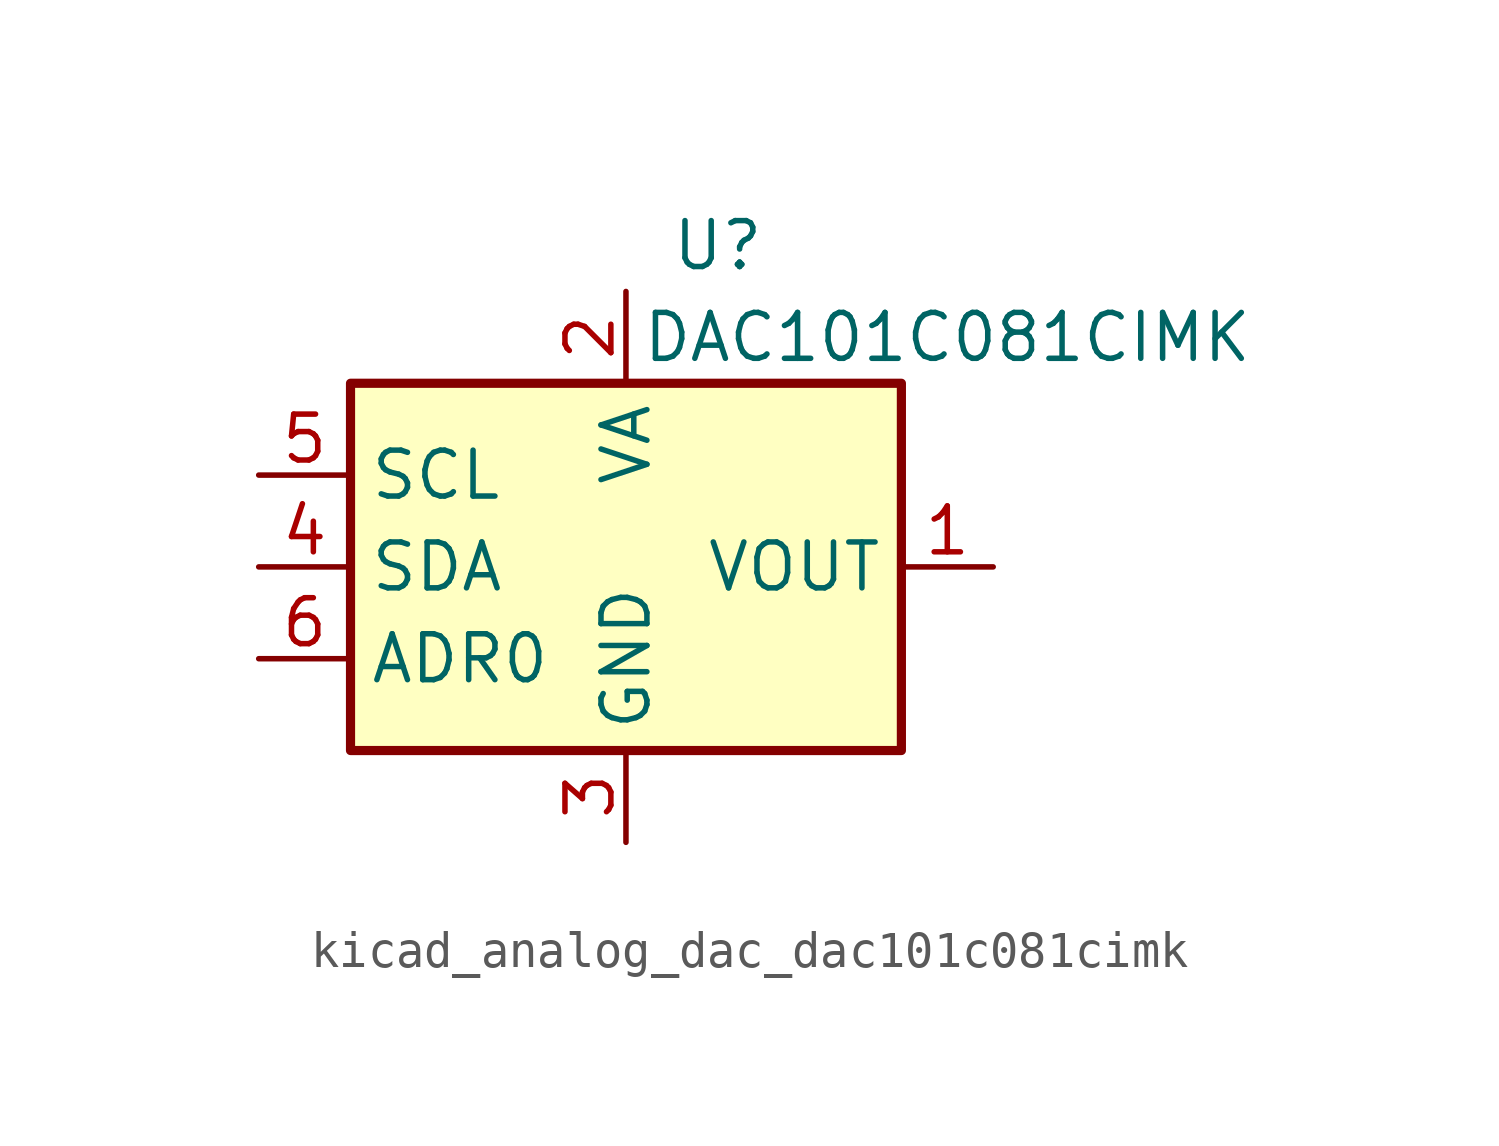
<source format=kicad_sym>
(kicad_symbol_lib
  (version 20220914)
  (generator kicad_symbol_editor)
  (symbol "kicad_analog_dac_dac101c081cimk"
    (property "Reference" "U"
      (at 2.54 8.89 0)
      (effects (font (size 1.27 1.27))))
    (property "Value" "DAC101C081CIMK"
      (at 8.89 6.35 0)
      (effects (font (size 1.27 1.27))))
    (symbol "kicad_analog_dac_dac101c081cimk_0_1"
      (rectangle (start -7.62 -5.08) (end 7.62 5.08) (stroke (width 0.254) (type default)) (fill (type background))))
    (symbol "kicad_analog_dac_dac101c081cimk_1_1"
      (pin output line (at 10.16 0 180) (length 2.54) (name "VOUT" (effects (font (size 1.27 1.27)))) (number "1" (effects (font (size 1.27 1.27)))))
      (pin power_in line (at 0 7.62 270) (length 2.54) (name "VA" (effects (font (size 1.27 1.27)))) (number "2" (effects (font (size 1.27 1.27)))))
      (pin power_in line (at 0 -7.62 90) (length 2.54) (name "GND" (effects (font (size 1.27 1.27)))) (number "3" (effects (font (size 1.27 1.27)))))
      (pin bidirectional line (at -10.16 0 0) (length 2.54) (name "SDA" (effects (font (size 1.27 1.27)))) (number "4" (effects (font (size 1.27 1.27)))))
      (pin input line (at -10.16 2.54 0) (length 2.54) (name "SCL" (effects (font (size 1.27 1.27)))) (number "5" (effects (font (size 1.27 1.27)))))
      (pin input line (at -10.16 -2.54 0) (length 2.54) (name "ADR0" (effects (font (size 1.27 1.27)))) (number "6" (effects (font (size 1.27 1.27))))))))
</source>
